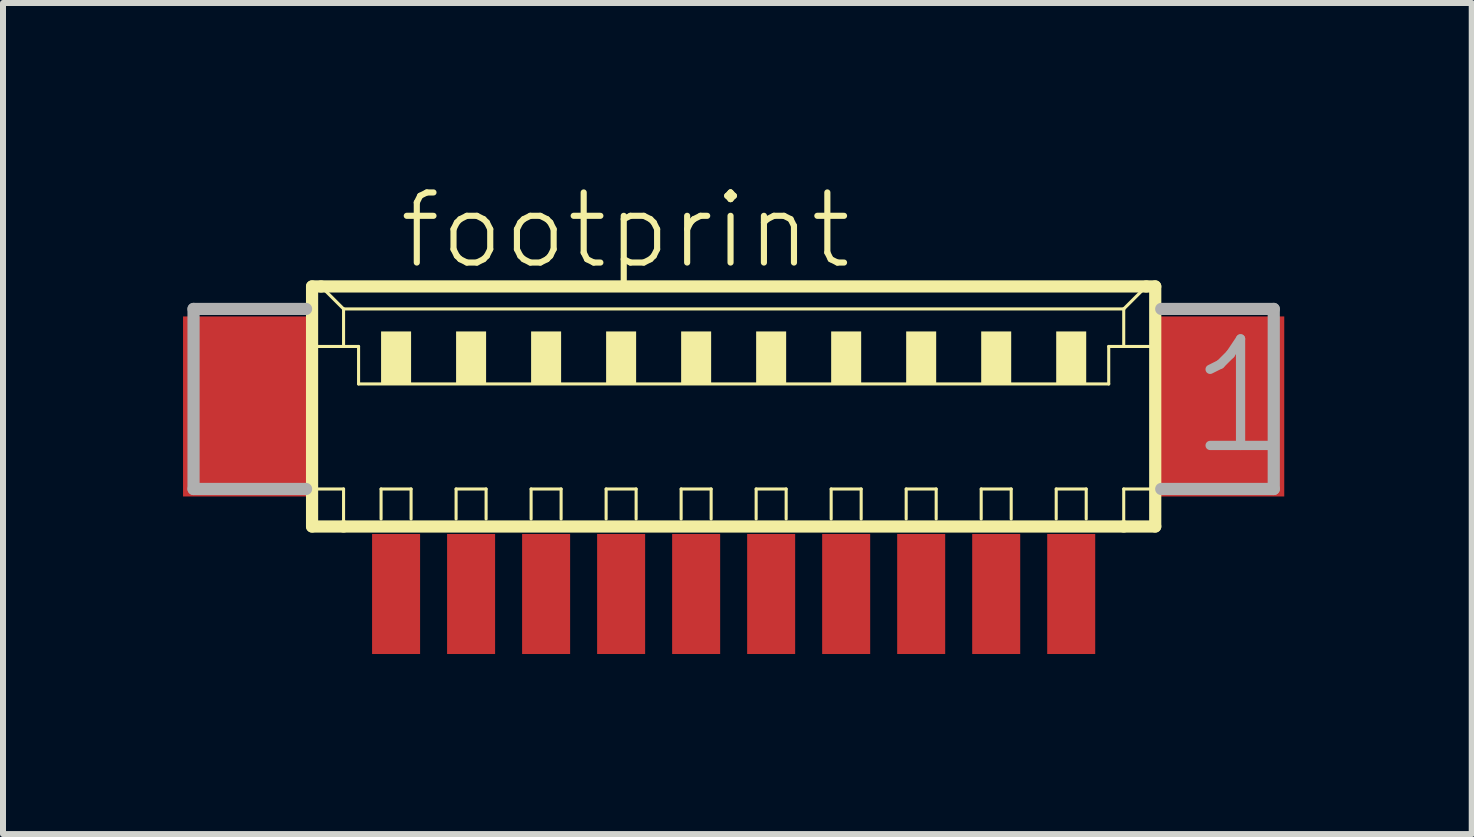
<source format=kicad_pcb>
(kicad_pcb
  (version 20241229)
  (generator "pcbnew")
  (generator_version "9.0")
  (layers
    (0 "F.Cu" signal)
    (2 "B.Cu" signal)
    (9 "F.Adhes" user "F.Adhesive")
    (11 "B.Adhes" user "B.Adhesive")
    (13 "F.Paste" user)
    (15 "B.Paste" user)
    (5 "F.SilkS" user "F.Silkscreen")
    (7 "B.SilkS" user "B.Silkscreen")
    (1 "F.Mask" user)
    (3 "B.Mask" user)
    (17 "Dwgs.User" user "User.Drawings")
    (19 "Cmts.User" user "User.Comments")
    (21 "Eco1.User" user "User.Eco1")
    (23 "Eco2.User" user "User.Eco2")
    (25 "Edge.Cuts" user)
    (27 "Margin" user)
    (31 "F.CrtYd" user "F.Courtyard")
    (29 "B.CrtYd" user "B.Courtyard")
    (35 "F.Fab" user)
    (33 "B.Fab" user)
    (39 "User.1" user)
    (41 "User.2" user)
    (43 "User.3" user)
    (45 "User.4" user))
  (footprint "footprint"
    (layer "F.Cu")
    (at 9.175 4.348)
    (property "Reference" "footprint" (at -5.625 -2.875 0) (layer "F.SilkS") (effects (font (size 1.168 1.168) (thickness 0.102)) (justify left bottom)))
    (fp_line (start -7.025 -2.625) (end -7.025 1.375) (stroke (width 0.203) (type solid)) (layer "F.SilkS"))
    (fp_line (start -7.025 1.375) (end -6.5 1.375) (stroke (width 0.203) (type solid)) (layer "F.SilkS"))
    (fp_line (start -7 -1.625) (end -6.5 -1.625) (stroke (width 0.051) (type solid)) (layer "F.SilkS"))
    (fp_line (start -7 0.75) (end -6.5 0.75) (stroke (width 0.051) (type solid)) (layer "F.SilkS"))
    (fp_line (start -6.875 -2.625) (end -7.025 -2.625) (stroke (width 0.203) (type solid)) (layer "F.SilkS"))
    (fp_line (start -6.5 -2.25) (end -6.875 -2.625) (stroke (width 0.051) (type solid)) (layer "F.SilkS"))
    (fp_line (start -6.5 -2.25) (end 6.5 -2.25) (stroke (width 0.051) (type solid)) (layer "F.SilkS"))
    (fp_line (start -6.5 -1.625) (end -6.5 -2.25) (stroke (width 0.051) (type solid)) (layer "F.SilkS"))
    (fp_line (start -6.5 -1.625) (end -6.25 -1.625) (stroke (width 0.051) (type solid)) (layer "F.SilkS"))
    (fp_line (start -6.5 0.75) (end -6.5 1.375) (stroke (width 0.051) (type solid)) (layer "F.SilkS"))
    (fp_line (start -6.5 1.375) (end 6.5 1.375) (stroke (width 0.203) (type solid)) (layer "F.SilkS"))
    (fp_line (start -6.25 -1.625) (end -6.25 -1) (stroke (width 0.051) (type solid)) (layer "F.SilkS"))
    (fp_line (start -6.25 -1) (end 6.25 -1) (stroke (width 0.051) (type solid)) (layer "F.SilkS"))
    (fp_line (start -5.875 0.75) (end -5.375 0.75) (stroke (width 0.051) (type solid)) (layer "F.SilkS"))
    (fp_line (start -5.875 1.25) (end -5.875 0.75) (stroke (width 0.051) (type solid)) (layer "F.SilkS"))
    (fp_line (start -5.375 0.75) (end -5.375 1.25) (stroke (width 0.051) (type solid)) (layer "F.SilkS"))
    (fp_line (start -4.625 0.75) (end -4.125 0.75) (stroke (width 0.051) (type solid)) (layer "F.SilkS"))
    (fp_line (start -4.625 1.25) (end -4.625 0.75) (stroke (width 0.051) (type solid)) (layer "F.SilkS"))
    (fp_line (start -4.125 0.75) (end -4.125 1.25) (stroke (width 0.051) (type solid)) (layer "F.SilkS"))
    (fp_line (start -3.375 0.75) (end -2.875 0.75) (stroke (width 0.051) (type solid)) (layer "F.SilkS"))
    (fp_line (start -3.375 1.25) (end -3.375 0.75) (stroke (width 0.051) (type solid)) (layer "F.SilkS"))
    (fp_line (start -2.875 0.75) (end -2.875 1.25) (stroke (width 0.051) (type solid)) (layer "F.SilkS"))
    (fp_line (start -2.125 0.75) (end -1.625 0.75) (stroke (width 0.051) (type solid)) (layer "F.SilkS"))
    (fp_line (start -2.125 1.25) (end -2.125 0.75) (stroke (width 0.051) (type solid)) (layer "F.SilkS"))
    (fp_line (start -1.625 0.75) (end -1.625 1.25) (stroke (width 0.051) (type solid)) (layer "F.SilkS"))
    (fp_line (start -0.875 0.75) (end -0.375 0.75) (stroke (width 0.051) (type solid)) (layer "F.SilkS"))
    (fp_line (start -0.875 1.25) (end -0.875 0.75) (stroke (width 0.051) (type solid)) (layer "F.SilkS"))
    (fp_line (start -0.375 0.75) (end -0.375 1.25) (stroke (width 0.051) (type solid)) (layer "F.SilkS"))
    (fp_line (start 0.375 0.75) (end 0.875 0.75) (stroke (width 0.051) (type solid)) (layer "F.SilkS"))
    (fp_line (start 0.375 1.25) (end 0.375 0.75) (stroke (width 0.051) (type solid)) (layer "F.SilkS"))
    (fp_line (start 0.875 0.75) (end 0.875 1.25) (stroke (width 0.051) (type solid)) (layer "F.SilkS"))
    (fp_line (start 1.625 0.75) (end 2.125 0.75) (stroke (width 0.051) (type solid)) (layer "F.SilkS"))
    (fp_line (start 1.625 1.25) (end 1.625 0.75) (stroke (width 0.051) (type solid)) (layer "F.SilkS"))
    (fp_line (start 2.125 0.75) (end 2.125 1.25) (stroke (width 0.051) (type solid)) (layer "F.SilkS"))
    (fp_line (start 2.875 0.75) (end 3.375 0.75) (stroke (width 0.051) (type solid)) (layer "F.SilkS"))
    (fp_line (start 2.875 1.25) (end 2.875 0.75) (stroke (width 0.051) (type solid)) (layer "F.SilkS"))
    (fp_line (start 3.375 0.75) (end 3.375 1.25) (stroke (width 0.051) (type solid)) (layer "F.SilkS"))
    (fp_line (start 4.125 0.75) (end 4.625 0.75) (stroke (width 0.051) (type solid)) (layer "F.SilkS"))
    (fp_line (start 4.125 1.25) (end 4.125 0.75) (stroke (width 0.051) (type solid)) (layer "F.SilkS"))
    (fp_line (start 4.625 0.75) (end 4.625 1.25) (stroke (width 0.051) (type solid)) (layer "F.SilkS"))
    (fp_line (start 5.375 0.75) (end 5.875 0.75) (stroke (width 0.051) (type solid)) (layer "F.SilkS"))
    (fp_line (start 5.375 1.25) (end 5.375 0.75) (stroke (width 0.051) (type solid)) (layer "F.SilkS"))
    (fp_line (start 5.875 0.75) (end 5.875 1.25) (stroke (width 0.051) (type solid)) (layer "F.SilkS"))
    (fp_line (start 6.25 -1.625) (end 6.25 -1) (stroke (width 0.051) (type solid)) (layer "F.SilkS"))
    (fp_line (start 6.25 -1.625) (end 6.5 -1.625) (stroke (width 0.051) (type solid)) (layer "F.SilkS"))
    (fp_line (start 6.5 -2.25) (end 6.5 -1.625) (stroke (width 0.051) (type solid)) (layer "F.SilkS"))
    (fp_line (start 6.5 -2.25) (end 6.875 -2.625) (stroke (width 0.051) (type solid)) (layer "F.SilkS"))
    (fp_line (start 6.5 -1.625) (end 7 -1.625) (stroke (width 0.051) (type solid)) (layer "F.SilkS"))
    (fp_line (start 6.5 0.75) (end 6.5 1.375) (stroke (width 0.051) (type solid)) (layer "F.SilkS"))
    (fp_line (start 6.5 0.75) (end 7 0.75) (stroke (width 0.051) (type solid)) (layer "F.SilkS"))
    (fp_line (start 6.5 1.375) (end 7.025 1.375) (stroke (width 0.203) (type solid)) (layer "F.SilkS"))
    (fp_line (start 6.875 -2.625) (end -6.875 -2.625) (stroke (width 0.203) (type solid)) (layer "F.SilkS"))
    (fp_line (start 7.025 -2.625) (end 6.875 -2.625) (stroke (width 0.203) (type solid)) (layer "F.SilkS"))
    (fp_line (start 7.025 1.375) (end 7.025 -2.625) (stroke (width 0.203) (type solid)) (layer "F.SilkS"))
    (fp_poly (pts (xy -5.875 -1) (xy -5.375 -1) (xy -5.375 -1.875) (xy -5.875 -1.875)) (stroke (width 0) (type solid)) (fill yes) (layer "F.SilkS"))
    (fp_poly (pts (xy -4.625 -1) (xy -4.125 -1) (xy -4.125 -1.875) (xy -4.625 -1.875)) (stroke (width 0) (type solid)) (fill yes) (layer "F.SilkS"))
    (fp_poly (pts (xy -3.375 -1) (xy -2.875 -1) (xy -2.875 -1.875) (xy -3.375 -1.875)) (stroke (width 0) (type solid)) (fill yes) (layer "F.SilkS"))
    (fp_poly (pts (xy -2.125 -1) (xy -1.625 -1) (xy -1.625 -1.875) (xy -2.125 -1.875)) (stroke (width 0) (type solid)) (fill yes) (layer "F.SilkS"))
    (fp_poly (pts (xy -0.875 -1) (xy -0.375 -1) (xy -0.375 -1.875) (xy -0.875 -1.875)) (stroke (width 0) (type solid)) (fill yes) (layer "F.SilkS"))
    (fp_poly (pts (xy 0.375 -1) (xy 0.875 -1) (xy 0.875 -1.875) (xy 0.375 -1.875)) (stroke (width 0) (type solid)) (fill yes) (layer "F.SilkS"))
    (fp_poly (pts (xy 1.625 -1) (xy 2.125 -1) (xy 2.125 -1.875) (xy 1.625 -1.875)) (stroke (width 0) (type solid)) (fill yes) (layer "F.SilkS"))
    (fp_poly (pts (xy 2.875 -1) (xy 3.375 -1) (xy 3.375 -1.875) (xy 2.875 -1.875)) (stroke (width 0) (type solid)) (fill yes) (layer "F.SilkS"))
    (fp_poly (pts (xy 4.125 -1) (xy 4.625 -1) (xy 4.625 -1.875) (xy 4.125 -1.875)) (stroke (width 0) (type solid)) (fill yes) (layer "F.SilkS"))
    (fp_poly (pts (xy 5.375 -1) (xy 5.875 -1) (xy 5.875 -1.875) (xy 5.375 -1.875)) (stroke (width 0) (type solid)) (fill yes) (layer "F.SilkS"))
    (fp_line (start -9 -2.25) (end -9 0.75) (stroke (width 0.203) (type solid)) (layer "F.Fab"))
    (fp_line (start -9 0.75) (end -7.125 0.75) (stroke (width 0.203) (type solid)) (layer "F.Fab"))
    (fp_line (start -7.125 -2.25) (end -9 -2.25) (stroke (width 0.203) (type solid)) (layer "F.Fab"))
    (fp_line (start 7.125 0.75) (end 9 0.75) (stroke (width 0.203) (type solid)) (layer "F.Fab"))
    (fp_line (start 9 -2.25) (end 7.125 -2.25) (stroke (width 0.203) (type solid)) (layer "F.Fab"))
    (fp_line (start 9 0.75) (end 9 -2.25) (stroke (width 0.203) (type solid)) (layer "F.Fab"))
    (fp_text user "1" (at 7.5 0.25 0) (layer "F.Fab") (effects (font (size 1.776 1.776) (thickness 0.154)) (justify left bottom)))
    (pad "1" smd rect (at 5.625 2.5) (size 0.8 2) (layers "F.Cu" "F.Mask" "F.Paste"))
    (pad "2" smd rect (at 4.375 2.5) (size 0.8 2) (layers "F.Cu" "F.Mask" "F.Paste"))
    (pad "3" smd rect (at 3.125 2.5) (size 0.8 2) (layers "F.Cu" "F.Mask" "F.Paste"))
    (pad "4" smd rect (at 1.875 2.5) (size 0.8 2) (layers "F.Cu" "F.Mask" "F.Paste"))
    (pad "5" smd rect (at 0.625 2.5) (size 0.8 2) (layers "F.Cu" "F.Mask" "F.Paste"))
    (pad "6" smd rect (at -0.625 2.5) (size 0.8 2) (layers "F.Cu" "F.Mask" "F.Paste"))
    (pad "7" smd rect (at -1.875 2.5) (size 0.8 2) (layers "F.Cu" "F.Mask" "F.Paste"))
    (pad "8" smd rect (at -3.125 2.5) (size 0.8 2) (layers "F.Cu" "F.Mask" "F.Paste"))
    (pad "9" smd rect (at -4.375 2.5) (size 0.8 2) (layers "F.Cu" "F.Mask" "F.Paste"))
    (pad "10" smd rect (at -5.625 2.5) (size 0.8 2) (layers "F.Cu" "F.Mask" "F.Paste"))
    (pad "S1" smd rect (at 8.125 -0.625) (size 2.1 3) (layers "F.Cu" "F.Mask" "F.Paste"))
    (pad "S2" smd rect (at -8.125 -0.625) (size 2.1 3) (layers "F.Cu" "F.Mask" "F.Paste")))
  (gr_rect
    (start -3 -3)
    (end 21.474 10.848)
    (stroke (width 0.1) (type default))
    (fill no)
    (layer "Edge.Cuts")))
</source>
